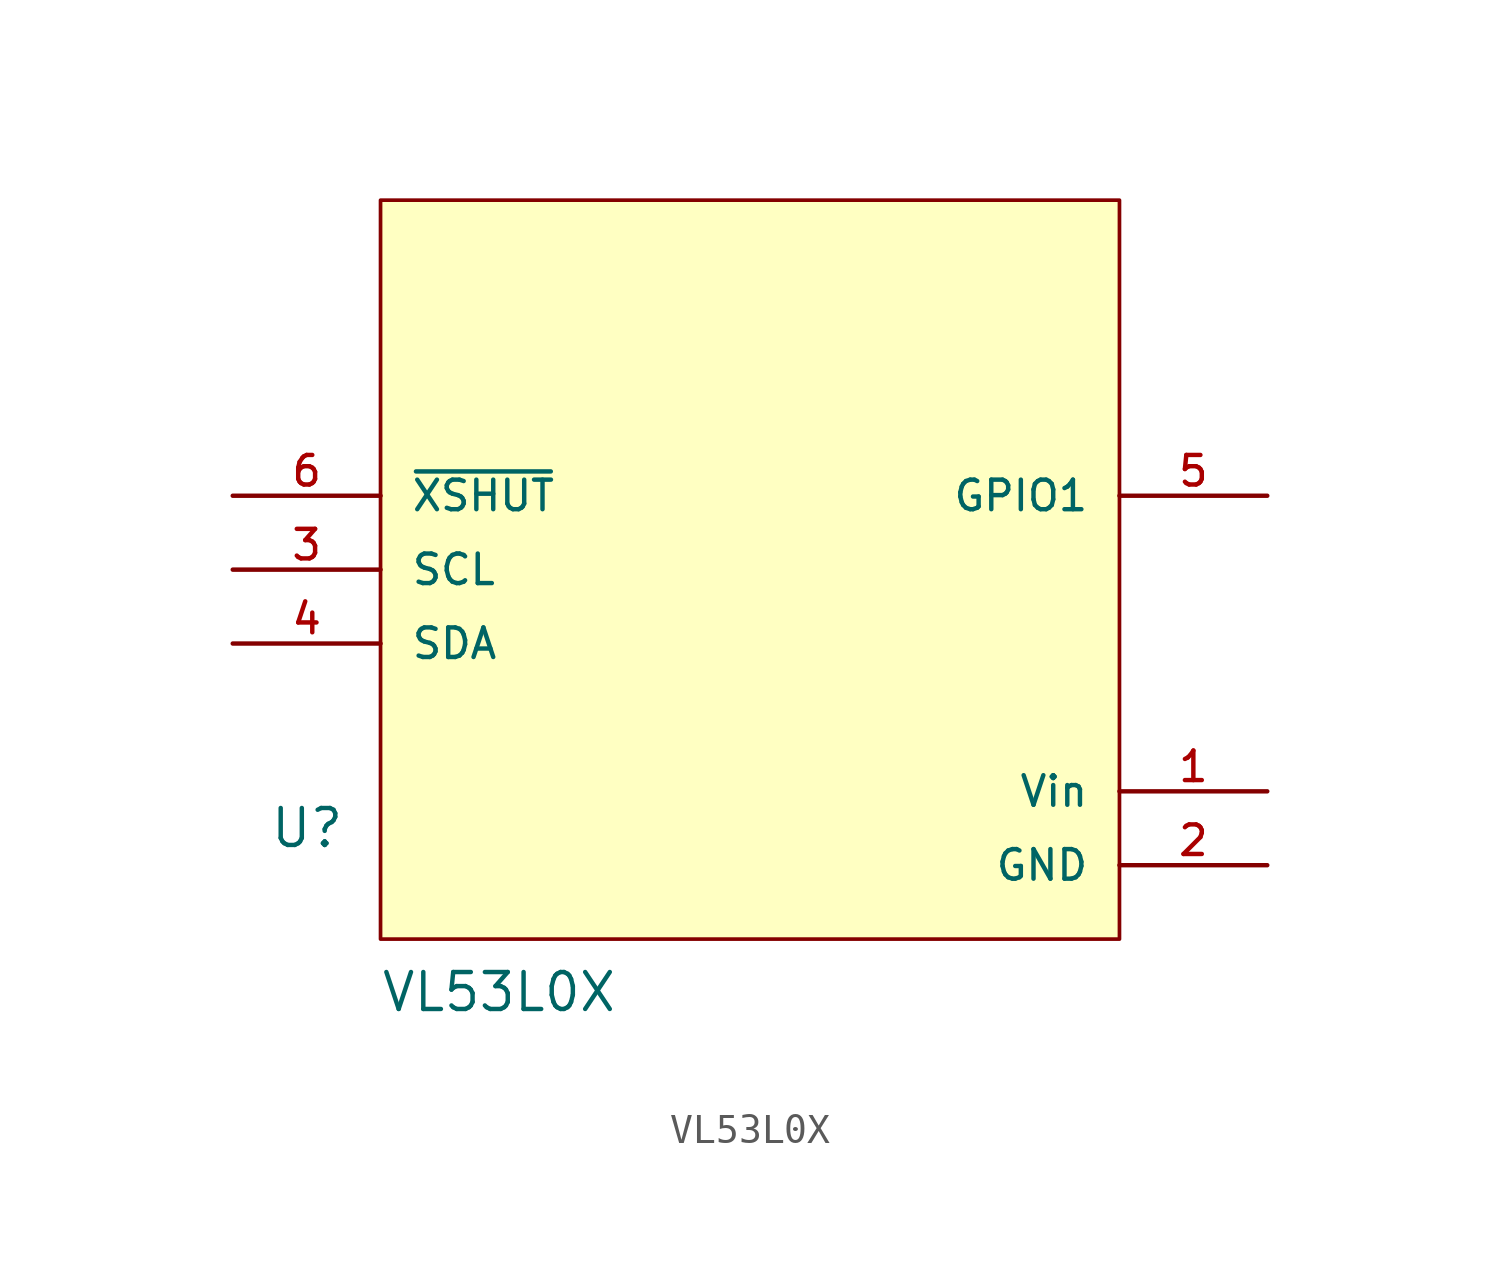
<source format=kicad_sym>
(kicad_symbol_lib
  (version 20231120)
  (generator "kicad_symbol_editor")
  (generator_version "8.0")
  (symbol "VL53L0X"
    (pin_names
      (offset 1.016))
    (property "Reference" "U"
      (at -12.724 13.233 0)
      (effects (font (size 1.27 1.27)) (justify left bottom)))
    (property "Value" "VL53L0X"
      (at -8.911 7.595 0)
      (effects (font (size 1.27 1.27)) (justify left bottom)))
    (symbol "VL53L0X_0_0"
      (rectangle (start -8.89 35.56) (end 16.51 10.16) (stroke (width 0.127) (type default)) (fill (type background))))
    (symbol "VL53L0X_1_0"
      (pin bidirectional line (at 21.59 15.24 180) (length 5.08) (name "Vin" (effects (font (size 1.016 1.016)))) (number "1" (effects (font (size 1.016 1.016)))))
      (pin bidirectional line (at 21.59 12.7 180) (length 5.08) (name "GND" (effects (font (size 1.016 1.016)))) (number "2" (effects (font (size 1.016 1.016)))))
      (pin input line (at -13.97 22.86 0) (length 5.08) (name "SCL" (effects (font (size 1.016 1.016)))) (number "3" (effects (font (size 1.016 1.016)))))
      (pin bidirectional line (at -13.97 20.32 0) (length 5.08) (name "SDA" (effects (font (size 1.016 1.016)))) (number "4" (effects (font (size 1.016 1.016)))))
      (pin output line (at 21.59 25.4 180) (length 5.08) (name "GPIO1" (effects (font (size 1.016 1.016)))) (number "5" (effects (font (size 1.016 1.016)))))
      (pin input line (at -13.97 25.4 0) (length 5.08) (name "~{XSHUT}" (effects (font (size 1.016 1.016)))) (number "6" (effects (font (size 1.016 1.016))))))))
</source>
